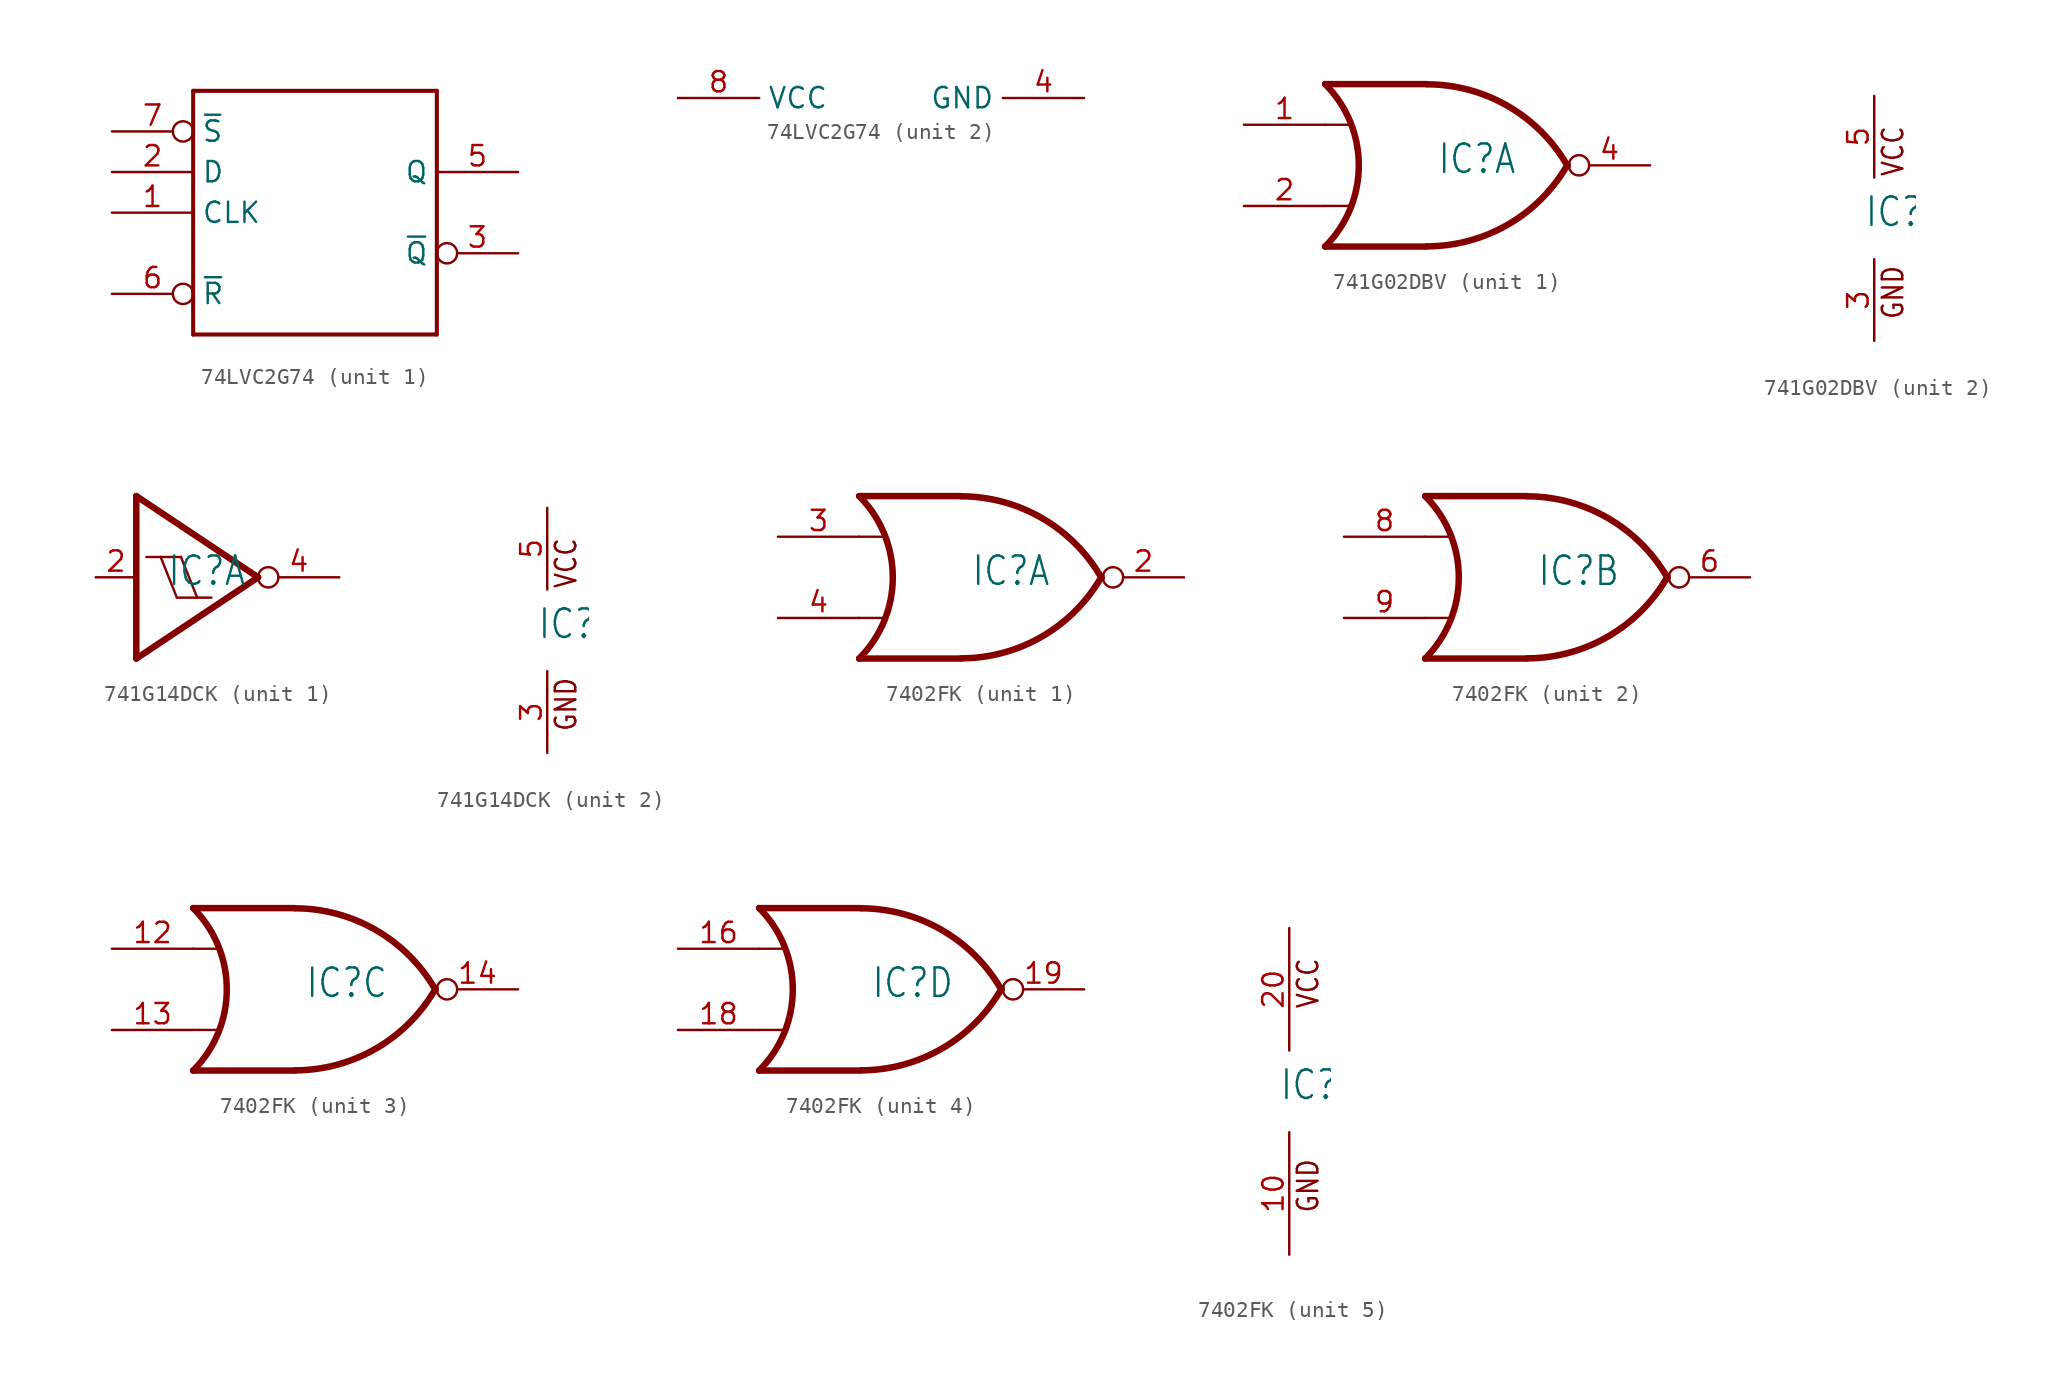
<source format=kicad_sym>
(kicad_symbol_lib
  (version 20231120)
  (generator "kicad_symbol_editor")
  (generator_version "8.0")
  (symbol "74LVC2G74"
    (property "Reference" ""
      (at -12.7 2.54 0)
      (effects (font (size 1.27 1.079)) (justify left bottom) (hide yes)))
    (property "ki_locked" ""
      (at 0 0 0)
      (effects (font (size 1.27 1.27))))
    (symbol "74LVC2G74_1_0"
      (polyline (pts (xy -7.62 -7.62) (xy -7.62 7.62)) (stroke (width 0.254) (type solid)) (fill (type none)))
      (polyline (pts (xy -7.62 7.62) (xy 7.62 7.62)) (stroke (width 0.254) (type solid)) (fill (type none)))
      (polyline (pts (xy 7.62 -7.62) (xy -7.62 -7.62)) (stroke (width 0.254) (type solid)) (fill (type none)))
      (polyline (pts (xy 7.62 7.62) (xy 7.62 -7.62)) (stroke (width 0.254) (type solid)) (fill (type none)))
      (pin input line (at -12.7 0 0) (length 5.08) (name "CLK" (effects (font (size 1.27 1.27)))) (number "1" (effects (font (size 1.27 1.27)))))
      (pin input line (at -12.7 2.54 0) (length 5.08) (name "D" (effects (font (size 1.27 1.27)))) (number "2" (effects (font (size 1.27 1.27)))))
      (pin output inverted (at 12.7 -2.54 180) (length 5.08) (name "~{Q}" (effects (font (size 1.27 1.27)))) (number "3" (effects (font (size 1.27 1.27)))))
      (pin output line (at 12.7 2.54 180) (length 5.08) (name "Q" (effects (font (size 1.27 1.27)))) (number "5" (effects (font (size 1.27 1.27)))))
      (pin input inverted (at -12.7 -5.08 0) (length 5.08) (name "~{R}" (effects (font (size 1.27 1.27)))) (number "6" (effects (font (size 1.27 1.27)))))
      (pin input inverted (at -12.7 5.08 0) (length 5.08) (name "~{S}" (effects (font (size 1.27 1.27)))) (number "7" (effects (font (size 1.27 1.27))))))
    (symbol "74LVC2G74_2_0"
      (pin power_in line (at 10.16 0 180) (length 5.08) (name "GND" (effects (font (size 1.27 1.27)))) (number "4" (effects (font (size 1.27 1.27)))))
      (pin power_in line (at -15.24 0 0) (length 5.08) (name "VCC" (effects (font (size 1.27 1.27)))) (number "8" (effects (font (size 1.27 1.27)))))))
  (symbol "741G02DBV"
    (property "Reference" "IC"
      (at -0.635 -0.635 0)
      (effects (font (size 1.778 1.511)) (justify left bottom)))
    (property "ki_locked" ""
      (at 0 0 0)
      (effects (font (size 1.27 1.27))))
    (symbol "741G02DBV_1_0"
      (arc (start -7.62 -5.08) (mid -5.5158 0) (end -7.62 5.08) (stroke (width 0.4064) (type solid)) (fill (type none)))
      (arc (start -1.2446 -5.0678) (mid 3.8371 -3.6891) (end 7.5439 0.0506) (stroke (width 0.4064) (type solid)) (fill (type none)))
      (polyline (pts (xy -7.62 -2.54) (xy -6.096 -2.54)) (stroke (width 0.152) (type solid)) (fill (type none)))
      (polyline (pts (xy -7.62 2.54) (xy -6.096 2.54)) (stroke (width 0.152) (type solid)) (fill (type none)))
      (polyline (pts (xy -1.27 -5.08) (xy -7.62 -5.08)) (stroke (width 0.406) (type solid)) (fill (type none)))
      (polyline (pts (xy -1.27 5.08) (xy -7.62 5.08)) (stroke (width 0.406) (type solid)) (fill (type none)))
      (arc (start 7.5441 -0.0504) (mid 3.8372 3.6892) (end -1.2446 5.0678) (stroke (width 0.4064) (type solid)) (fill (type none)))
      (pin input line (at -12.7 2.54 0) (length 5.08) (name "I0" (effects (font (size 0 0)))) (number "1" (effects (font (size 1.27 1.27)))))
      (pin input line (at -12.7 -2.54 0) (length 5.08) (name "I1" (effects (font (size 0 0)))) (number "2" (effects (font (size 1.27 1.27)))))
      (pin output inverted (at 12.7 0 180) (length 5.08) (name "O" (effects (font (size 0 0)))) (number "4" (effects (font (size 1.27 1.27))))))
    (symbol "741G02DBV_2_0"
      (text "GND" (at 1.905 -6.35 900) (effects (font (size 1.27 1.079)) (justify left bottom)))
      (text "VCC" (at 1.905 2.54 900) (effects (font (size 1.27 1.079)) (justify left bottom)))
      (pin power_in line (at 0 -7.62 90) (length 5.08) (name "GND" (effects (font (size 0 0)))) (number "3" (effects (font (size 1.27 1.27)))))
      (pin power_in line (at 0 7.62 270) (length 5.08) (name "VCC" (effects (font (size 0 0)))) (number "5" (effects (font (size 1.27 1.27)))))))
  (symbol "741G14DCK"
    (property "Reference" "IC"
      (at -0.635 -0.635 0)
      (effects (font (size 1.778 1.511)) (justify left bottom)))
    (property "ki_locked" ""
      (at 0 0 0)
      (effects (font (size 1.27 1.27))))
    (symbol "741G14DCK_1_0"
      (polyline (pts (xy -2.54 -5.08) (xy -2.54 5.08)) (stroke (width 0.406) (type solid)) (fill (type none)))
      (polyline (pts (xy -2.54 5.08) (xy 5.08 0)) (stroke (width 0.406) (type solid)) (fill (type none)))
      (polyline (pts (xy -1.905 1.27) (xy -1.016 1.27)) (stroke (width 0.152) (type solid)) (fill (type none)))
      (polyline (pts (xy -1.016 1.27) (xy 0.254 1.27)) (stroke (width 0.152) (type solid)) (fill (type none)))
      (polyline (pts (xy 0 -1.27) (xy -1.016 1.27)) (stroke (width 0.152) (type solid)) (fill (type none)))
      (polyline (pts (xy 0 -1.27) (xy 1.27 -1.27)) (stroke (width 0.152) (type solid)) (fill (type none)))
      (polyline (pts (xy 1.27 -1.27) (xy 0.254 1.27)) (stroke (width 0.152) (type solid)) (fill (type none)))
      (polyline (pts (xy 1.27 -1.27) (xy 2.159 -1.27)) (stroke (width 0.152) (type solid)) (fill (type none)))
      (polyline (pts (xy 5.08 0) (xy -2.54 -5.08)) (stroke (width 0.406) (type solid)) (fill (type none)))
      (pin input line (at -5.08 0 0) (length 2.54) (name "I" (effects (font (size 0 0)))) (number "2" (effects (font (size 1.27 1.27)))))
      (pin output inverted (at 10.16 0 180) (length 5.08) (name "O" (effects (font (size 0 0)))) (number "4" (effects (font (size 1.27 1.27))))))
    (symbol "741G14DCK_2_0"
      (text "GND" (at 1.905 -6.35 900) (effects (font (size 1.27 1.079)) (justify left bottom)))
      (text "VCC" (at 1.905 2.54 900) (effects (font (size 1.27 1.079)) (justify left bottom)))
      (pin power_in line (at 0 -7.62 90) (length 5.08) (name "GND" (effects (font (size 0 0)))) (number "3" (effects (font (size 1.27 1.27)))))
      (pin power_in line (at 0 7.62 270) (length 5.08) (name "VCC" (effects (font (size 0 0)))) (number "5" (effects (font (size 1.27 1.27)))))))
  (symbol "7402FK"
    (property "Reference" "IC"
      (at -0.635 -0.635 0)
      (effects (font (size 1.778 1.511)) (justify left bottom)))
    (property "ki_locked" ""
      (at 0 0 0)
      (effects (font (size 1.27 1.27))))
    (symbol "7402FK_1_0"
      (arc (start -7.62 -5.08) (mid -5.5158 0) (end -7.62 5.08) (stroke (width 0.4064) (type solid)) (fill (type none)))
      (arc (start -1.2446 -5.0678) (mid 3.8371 -3.6891) (end 7.5439 0.0506) (stroke (width 0.4064) (type solid)) (fill (type none)))
      (polyline (pts (xy -7.62 -2.54) (xy -6.096 -2.54)) (stroke (width 0.152) (type solid)) (fill (type none)))
      (polyline (pts (xy -7.62 2.54) (xy -6.096 2.54)) (stroke (width 0.152) (type solid)) (fill (type none)))
      (polyline (pts (xy -1.27 -5.08) (xy -7.62 -5.08)) (stroke (width 0.406) (type solid)) (fill (type none)))
      (polyline (pts (xy -1.27 5.08) (xy -7.62 5.08)) (stroke (width 0.406) (type solid)) (fill (type none)))
      (arc (start 7.5441 -0.0504) (mid 3.8372 3.6892) (end -1.2446 5.0678) (stroke (width 0.4064) (type solid)) (fill (type none)))
      (pin output inverted (at 12.7 0 180) (length 5.08) (name "O" (effects (font (size 0 0)))) (number "2" (effects (font (size 1.27 1.27)))))
      (pin input line (at -12.7 2.54 0) (length 5.08) (name "I0" (effects (font (size 0 0)))) (number "3" (effects (font (size 1.27 1.27)))))
      (pin input line (at -12.7 -2.54 0) (length 5.08) (name "I1" (effects (font (size 0 0)))) (number "4" (effects (font (size 1.27 1.27))))))
    (symbol "7402FK_2_0"
      (arc (start -7.62 -5.08) (mid -5.5158 0) (end -7.62 5.08) (stroke (width 0.4064) (type solid)) (fill (type none)))
      (arc (start -1.2446 -5.0678) (mid 3.8371 -3.6891) (end 7.5439 0.0506) (stroke (width 0.4064) (type solid)) (fill (type none)))
      (polyline (pts (xy -7.62 -2.54) (xy -6.096 -2.54)) (stroke (width 0.152) (type solid)) (fill (type none)))
      (polyline (pts (xy -7.62 2.54) (xy -6.096 2.54)) (stroke (width 0.152) (type solid)) (fill (type none)))
      (polyline (pts (xy -1.27 -5.08) (xy -7.62 -5.08)) (stroke (width 0.406) (type solid)) (fill (type none)))
      (polyline (pts (xy -1.27 5.08) (xy -7.62 5.08)) (stroke (width 0.406) (type solid)) (fill (type none)))
      (arc (start 7.5441 -0.0504) (mid 3.8372 3.6892) (end -1.2446 5.0678) (stroke (width 0.4064) (type solid)) (fill (type none)))
      (pin output inverted (at 12.7 0 180) (length 5.08) (name "O" (effects (font (size 0 0)))) (number "6" (effects (font (size 1.27 1.27)))))
      (pin input line (at -12.7 2.54 0) (length 5.08) (name "I0" (effects (font (size 0 0)))) (number "8" (effects (font (size 1.27 1.27)))))
      (pin input line (at -12.7 -2.54 0) (length 5.08) (name "I1" (effects (font (size 0 0)))) (number "9" (effects (font (size 1.27 1.27))))))
    (symbol "7402FK_3_0"
      (arc (start -7.62 -5.08) (mid -5.5158 0) (end -7.62 5.08) (stroke (width 0.4064) (type solid)) (fill (type none)))
      (arc (start -1.2446 -5.0678) (mid 3.8371 -3.6891) (end 7.5439 0.0506) (stroke (width 0.4064) (type solid)) (fill (type none)))
      (polyline (pts (xy -7.62 -2.54) (xy -6.096 -2.54)) (stroke (width 0.152) (type solid)) (fill (type none)))
      (polyline (pts (xy -7.62 2.54) (xy -6.096 2.54)) (stroke (width 0.152) (type solid)) (fill (type none)))
      (polyline (pts (xy -1.27 -5.08) (xy -7.62 -5.08)) (stroke (width 0.406) (type solid)) (fill (type none)))
      (polyline (pts (xy -1.27 5.08) (xy -7.62 5.08)) (stroke (width 0.406) (type solid)) (fill (type none)))
      (arc (start 7.5441 -0.0504) (mid 3.8372 3.6892) (end -1.2446 5.0678) (stroke (width 0.4064) (type solid)) (fill (type none)))
      (pin input line (at -12.7 2.54 0) (length 5.08) (name "I0" (effects (font (size 0 0)))) (number "12" (effects (font (size 1.27 1.27)))))
      (pin input line (at -12.7 -2.54 0) (length 5.08) (name "I1" (effects (font (size 0 0)))) (number "13" (effects (font (size 1.27 1.27)))))
      (pin output inverted (at 12.7 0 180) (length 5.08) (name "O" (effects (font (size 0 0)))) (number "14" (effects (font (size 1.27 1.27))))))
    (symbol "7402FK_4_0"
      (arc (start -7.62 -5.08) (mid -5.5158 0) (end -7.62 5.08) (stroke (width 0.4064) (type solid)) (fill (type none)))
      (arc (start -1.2446 -5.0678) (mid 3.8371 -3.6891) (end 7.5439 0.0506) (stroke (width 0.4064) (type solid)) (fill (type none)))
      (polyline (pts (xy -7.62 -2.54) (xy -6.096 -2.54)) (stroke (width 0.152) (type solid)) (fill (type none)))
      (polyline (pts (xy -7.62 2.54) (xy -6.096 2.54)) (stroke (width 0.152) (type solid)) (fill (type none)))
      (polyline (pts (xy -1.27 -5.08) (xy -7.62 -5.08)) (stroke (width 0.406) (type solid)) (fill (type none)))
      (polyline (pts (xy -1.27 5.08) (xy -7.62 5.08)) (stroke (width 0.406) (type solid)) (fill (type none)))
      (arc (start 7.5441 -0.0504) (mid 3.8372 3.6892) (end -1.2446 5.0678) (stroke (width 0.4064) (type solid)) (fill (type none)))
      (pin input line (at -12.7 2.54 0) (length 5.08) (name "I0" (effects (font (size 0 0)))) (number "16" (effects (font (size 1.27 1.27)))))
      (pin input line (at -12.7 -2.54 0) (length 5.08) (name "I1" (effects (font (size 0 0)))) (number "18" (effects (font (size 1.27 1.27)))))
      (pin output inverted (at 12.7 0 180) (length 5.08) (name "O" (effects (font (size 0 0)))) (number "19" (effects (font (size 1.27 1.27))))))
    (symbol "7402FK_5_0"
      (text "GND" (at 1.905 -7.62 900) (effects (font (size 1.27 1.079)) (justify left bottom)))
      (text "VCC" (at 1.905 5.08 900) (effects (font (size 1.27 1.079)) (justify left bottom)))
      (pin power_in line (at 0 -10.16 90) (length 7.62) (name "GND" (effects (font (size 0 0)))) (number "10" (effects (font (size 1.27 1.27)))))
      (pin power_in line (at 0 10.16 270) (length 7.62) (name "VCC" (effects (font (size 0 0)))) (number "20" (effects (font (size 1.27 1.27))))))))
</source>
